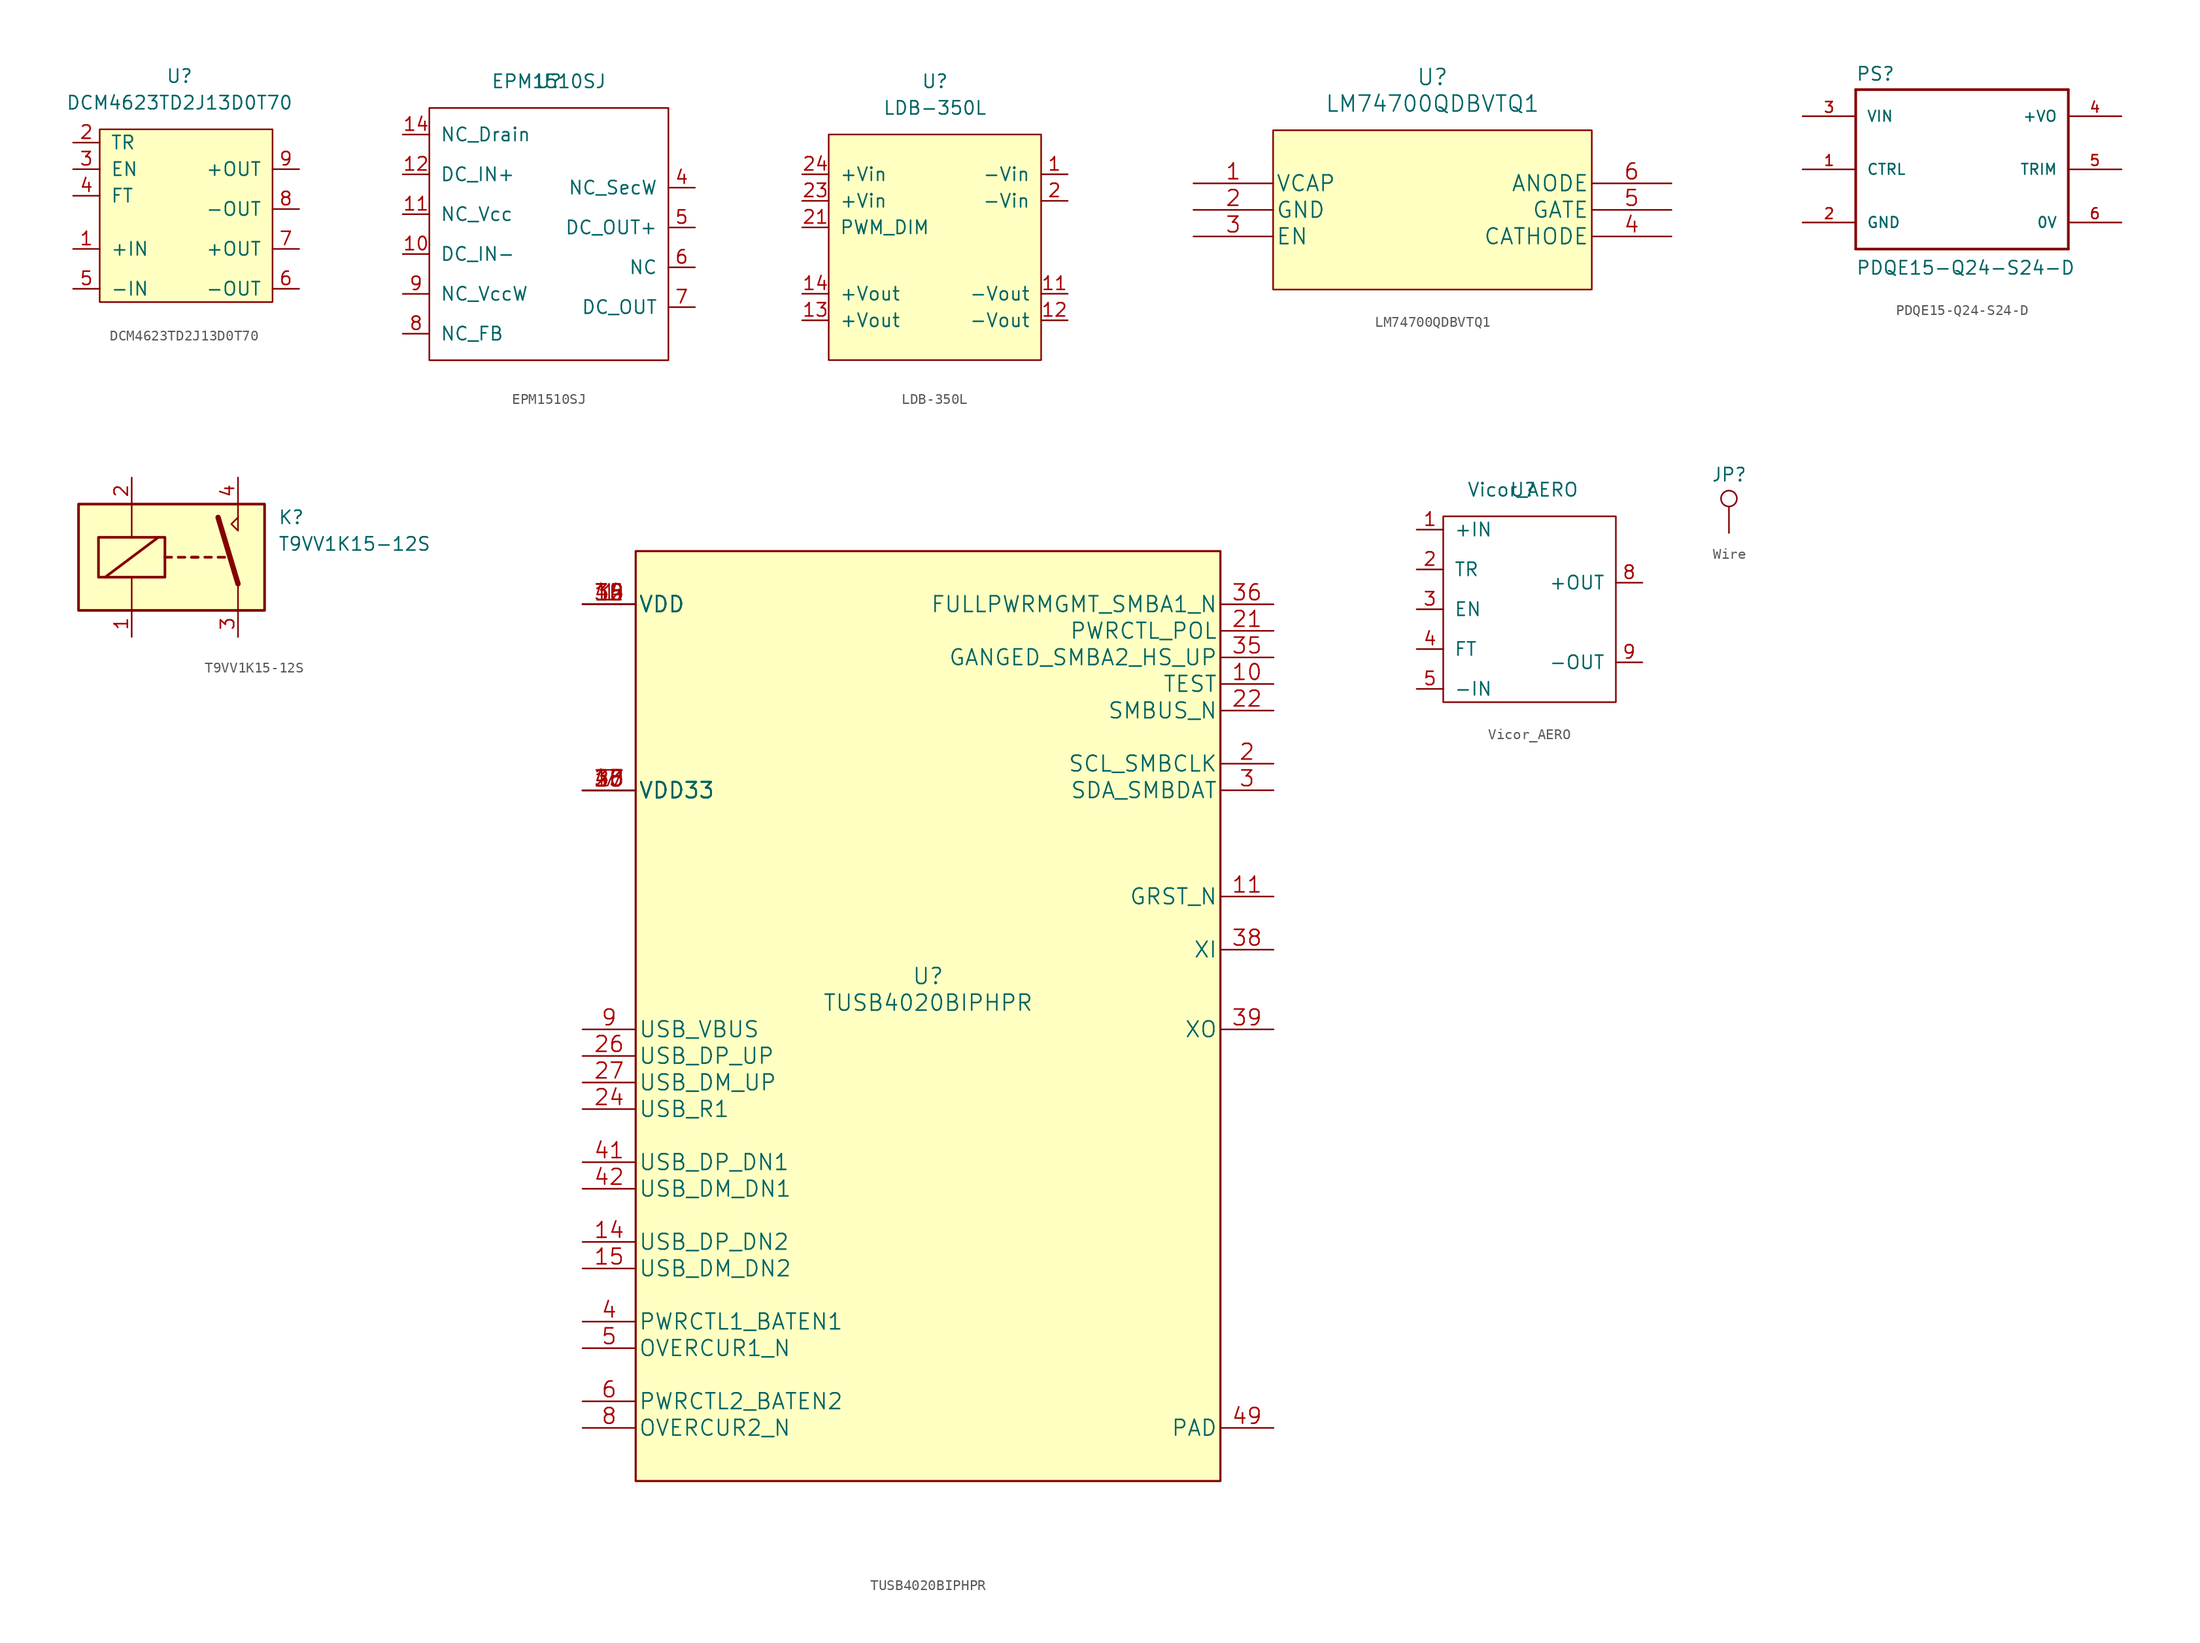
<source format=kicad_sym>
(kicad_symbol_lib
  (version 20211014)
  (generator kicad_symbol_editor)
  (symbol "DCM4623TD2J13D0T70"
    (pin_names
      (offset 1.016))
    (property "Reference" "U"
      (at 0 13.97 0)
      (effects (font (size 1.27 1.27))))
    (property "Value" "DCM4623TD2J13D0T70"
      (at 0 11.43 0)
      (effects (font (size 1.27 1.27))))
    (symbol "DCM4623TD2J13D0T70_0_1"
      (rectangle (start -7.62 8.89) (end 8.89 -7.62) (stroke (width 0) (type default) (color 0 0 0 0)) (fill (type background))))
    (symbol "DCM4623TD2J13D0T70_1_1"
      (pin power_in line (at -10.16 -2.54 0) (length 2.54) (name "+IN" (effects (font (size 1.27 1.27)))) (number "1" (effects (font (size 1.27 1.27)))))
      (pin input line (at -10.16 7.62 0) (length 2.54) (name "TR" (effects (font (size 1.27 1.27)))) (number "2" (effects (font (size 1.27 1.27)))))
      (pin input line (at -10.16 5.08 0) (length 2.54) (name "EN" (effects (font (size 1.27 1.27)))) (number "3" (effects (font (size 1.27 1.27)))))
      (pin input line (at -10.16 2.54 0) (length 2.54) (name "FT" (effects (font (size 1.27 1.27)))) (number "4" (effects (font (size 1.27 1.27)))))
      (pin power_in line (at -10.16 -6.35 0) (length 2.54) (name "-IN" (effects (font (size 1.27 1.27)))) (number "5" (effects (font (size 1.27 1.27)))))
      (pin power_out line (at 11.43 -6.35 180) (length 2.54) (name "-OUT" (effects (font (size 1.27 1.27)))) (number "6" (effects (font (size 1.27 1.27)))))
      (pin power_out line (at 11.43 -2.54 180) (length 2.54) (name "+OUT" (effects (font (size 1.27 1.27)))) (number "7" (effects (font (size 1.27 1.27)))))
      (pin power_out line (at 11.43 1.27 180) (length 2.54) (name "-OUT" (effects (font (size 1.27 1.27)))) (number "8" (effects (font (size 1.27 1.27)))))
      (pin power_out line (at 11.43 5.08 180) (length 2.54) (name "+OUT" (effects (font (size 1.27 1.27)))) (number "9" (effects (font (size 1.27 1.27)))))))
  (symbol "EPM1510SJ"
    (pin_names
      (offset 1.016))
    (property "Reference" "U"
      (at 0 0 0)
      (effects (font (size 1.27 1.27))))
    (property "Value" "EPM1510SJ"
      (at 0 0 0)
      (effects (font (size 1.27 1.27))))
    (symbol "EPM1510SJ_0_1"
      (rectangle (start -11.43 -2.54) (end 11.43 -26.67) (stroke (width 0) (type default) (color 0 0 0 0)) (fill (type none))))
    (symbol "EPM1510SJ_1_1"
      (pin input line (at -13.97 -16.51 0) (length 2.54) (name "DC_IN-" (effects (font (size 1.27 1.27)))) (number "10" (effects (font (size 1.27 1.27)))))
      (pin input line (at -13.97 -12.7 0) (length 2.54) (name "NC_Vcc" (effects (font (size 1.27 1.27)))) (number "11" (effects (font (size 1.27 1.27)))))
      (pin input line (at -13.97 -8.89 0) (length 2.54) (name "DC_IN+" (effects (font (size 1.27 1.27)))) (number "12" (effects (font (size 1.27 1.27)))))
      (pin input line (at -13.97 -5.08 0) (length 2.54) (name "NC_Drain" (effects (font (size 1.27 1.27)))) (number "14" (effects (font (size 1.27 1.27)))))
      (pin output line (at 13.97 -10.16 180) (length 2.54) (name "NC_SecW" (effects (font (size 1.27 1.27)))) (number "4" (effects (font (size 1.27 1.27)))))
      (pin output line (at 13.97 -13.97 180) (length 2.54) (name "DC_OUT+" (effects (font (size 1.27 1.27)))) (number "5" (effects (font (size 1.27 1.27)))))
      (pin output line (at 13.97 -17.78 180) (length 2.54) (name "NC" (effects (font (size 1.27 1.27)))) (number "6" (effects (font (size 1.27 1.27)))))
      (pin output line (at 13.97 -21.59 180) (length 2.54) (name "DC_OUT" (effects (font (size 1.27 1.27)))) (number "7" (effects (font (size 1.27 1.27)))))
      (pin input line (at -13.97 -24.13 0) (length 2.54) (name "NC_FB" (effects (font (size 1.27 1.27)))) (number "8" (effects (font (size 1.27 1.27)))))
      (pin input line (at -13.97 -20.32 0) (length 2.54) (name "NC_VccW" (effects (font (size 1.27 1.27)))) (number "9" (effects (font (size 1.27 1.27)))))))
  (symbol "LDB-350L"
    (pin_names
      (offset 1.016))
    (property "Reference" "U"
      (at 0 16.51 0)
      (effects (font (size 1.27 1.27))))
    (property "Value" "LDB-350L"
      (at 0 13.97 0)
      (effects (font (size 1.27 1.27))))
    (symbol "LDB-350L_0_1"
      (rectangle (start -10.16 11.43) (end 10.16 -10.16) (stroke (width 0) (type default) (color 0 0 0 0)) (fill (type background))))
    (symbol "LDB-350L_1_1"
      (pin power_in line (at 12.7 7.62 180) (length 2.54) (name "-Vin" (effects (font (size 1.27 1.27)))) (number "1" (effects (font (size 1.27 1.27)))))
      (pin power_out line (at 12.7 -3.81 180) (length 2.54) (name "-Vout" (effects (font (size 1.27 1.27)))) (number "11" (effects (font (size 1.27 1.27)))))
      (pin power_out line (at 12.7 -6.35 180) (length 2.54) (name "-Vout" (effects (font (size 1.27 1.27)))) (number "12" (effects (font (size 1.27 1.27)))))
      (pin power_out line (at -12.7 -6.35 0) (length 2.54) (name "+Vout" (effects (font (size 1.27 1.27)))) (number "13" (effects (font (size 1.27 1.27)))))
      (pin power_out line (at -12.7 -3.81 0) (length 2.54) (name "+Vout" (effects (font (size 1.27 1.27)))) (number "14" (effects (font (size 1.27 1.27)))))
      (pin power_in line (at 12.7 5.08 180) (length 2.54) (name "-Vin" (effects (font (size 1.27 1.27)))) (number "2" (effects (font (size 1.27 1.27)))))
      (pin input line (at -12.7 2.54 0) (length 2.54) (name "PWM_DIM" (effects (font (size 1.27 1.27)))) (number "21" (effects (font (size 1.27 1.27)))))
      (pin power_in line (at -12.7 5.08 0) (length 2.54) (name "+Vin" (effects (font (size 1.27 1.27)))) (number "23" (effects (font (size 1.27 1.27)))))
      (pin power_in line (at -12.7 7.62 0) (length 2.54) (name "+Vin" (effects (font (size 1.27 1.27)))) (number "24" (effects (font (size 1.27 1.27)))))))
  (symbol "LM74700QDBVTQ1"
    (pin_names
      (offset 0.254))
    (property "Reference" "U"
      (at 22.86 10.16 0)
      (effects (font (size 1.524 1.524))))
    (property "Value" "LM74700QDBVTQ1"
      (at 22.86 7.62 0)
      (effects (font (size 1.524 1.524))))
    (property "Datasheet" ""
      (at 0 0 0)
      (effects (font (size 1.524 1.524))))
    (property "ki_locked" ""
      (at 0 0 0)
      (effects (font (size 1.27 1.27))))
    (symbol "LM74700QDBVTQ1_1_1"
      (rectangle (start 7.62 5.08) (end 38.1 -10.16) (stroke (width 0) (type default) (color 0 0 0 0)) (fill (type background)))
      (pin output line (at 0 0 0) (length 7.62) (name "VCAP" (effects (font (size 1.499 1.499)))) (number "1" (effects (font (size 1.499 1.499)))))
      (pin power_in line (at 0 -2.54 0) (length 7.62) (name "GND" (effects (font (size 1.499 1.499)))) (number "2" (effects (font (size 1.499 1.499)))))
      (pin input line (at 0 -5.08 0) (length 7.62) (name "EN" (effects (font (size 1.499 1.499)))) (number "3" (effects (font (size 1.499 1.499)))))
      (pin passive line (at 45.72 -5.08 180) (length 7.62) (name "CATHODE" (effects (font (size 1.499 1.499)))) (number "4" (effects (font (size 1.499 1.499)))))
      (pin output line (at 45.72 -2.54 180) (length 7.62) (name "GATE" (effects (font (size 1.499 1.499)))) (number "5" (effects (font (size 1.499 1.499)))))
      (pin passive line (at 45.72 0 180) (length 7.62) (name "ANODE" (effects (font (size 1.499 1.499)))) (number "6" (effects (font (size 1.499 1.499)))))))
  (symbol "PDQE15-Q24-S24-D"
    (pin_names
      (offset 1.016))
    (property "Reference" "PS"
      (at -10.16 8.382 0)
      (effects (font (size 1.27 1.27)) (justify left bottom)))
    (property "Value" "PDQE15-Q24-S24-D"
      (at -10.16 -10.16 0)
      (effects (font (size 1.27 1.27)) (justify left bottom)))
    (property "ki_locked" ""
      (at 0 0 0)
      (effects (font (size 1.27 1.27))))
    (symbol "PDQE15-Q24-S24-D_0_0"
      (polyline (pts (xy -10.16 -7.62) (xy -10.16 7.62)) (stroke (width 0.254) (type default) (color 0 0 0 0)) (fill (type none)))
      (polyline (pts (xy -10.16 7.62) (xy 10.16 7.62)) (stroke (width 0.254) (type default) (color 0 0 0 0)) (fill (type none)))
      (polyline (pts (xy 10.16 -7.62) (xy -10.16 -7.62)) (stroke (width 0.254) (type default) (color 0 0 0 0)) (fill (type none)))
      (polyline (pts (xy 10.16 7.62) (xy 10.16 -7.62)) (stroke (width 0.254) (type default) (color 0 0 0 0)) (fill (type none)))
      (pin input line (at -15.24 0 0) (length 5.08) (name "CTRL" (effects (font (size 1.016 1.016)))) (number "1" (effects (font (size 1.016 1.016)))))
      (pin power_in line (at -15.24 -5.08 0) (length 5.08) (name "GND" (effects (font (size 1.016 1.016)))) (number "2" (effects (font (size 1.016 1.016)))))
      (pin input line (at -15.24 5.08 0) (length 5.08) (name "VIN" (effects (font (size 1.016 1.016)))) (number "3" (effects (font (size 1.016 1.016)))))
      (pin output line (at 15.24 5.08 180) (length 5.08) (name "+VO" (effects (font (size 1.016 1.016)))) (number "4" (effects (font (size 1.016 1.016)))))
      (pin passive line (at 15.24 0 180) (length 5.08) (name "TRIM" (effects (font (size 1.016 1.016)))) (number "5" (effects (font (size 1.016 1.016)))))
      (pin output line (at 15.24 -5.08 180) (length 5.08) (name "0V" (effects (font (size 1.016 1.016)))) (number "6" (effects (font (size 1.016 1.016)))))))
  (symbol "T9VV1K15-12S"
    (pin_names
      (offset 1.016))
    (property "Reference" "K"
      (at 8.89 3.81 0)
      (effects (font (size 1.27 1.27)) (justify left)))
    (property "Value" "T9VV1K15-12S"
      (at 8.89 1.27 0)
      (effects (font (size 1.27 1.27)) (justify left)))
    (symbol "T9VV1K15-12S_0_0"
      (polyline (pts (xy 5.08 3.81) (xy 5.08 5.08)) (stroke (width 0) (type default) (color 0 0 0 0)) (fill (type none)))
      (polyline (pts (xy 5.08 3.81) (xy 5.08 2.54) (xy 4.445 3.175) (xy 5.08 3.81)) (stroke (width 0) (type default) (color 0 0 0 0)) (fill (type none))))
    (symbol "T9VV1K15-12S_0_1"
      (rectangle (start -10.16 5.08) (end 7.62 -5.08) (stroke (width 0.254) (type default) (color 0 0 0 0)) (fill (type background)))
      (rectangle (start -8.255 1.905) (end -1.905 -1.905) (stroke (width 0.254) (type default) (color 0 0 0 0)) (fill (type none)))
      (polyline (pts (xy -7.62 -1.905) (xy -2.54 1.905)) (stroke (width 0.254) (type default) (color 0 0 0 0)) (fill (type none)))
      (polyline (pts (xy -5.08 -5.08) (xy -5.08 -1.905)) (stroke (width 0) (type default) (color 0 0 0 0)) (fill (type none)))
      (polyline (pts (xy -5.08 5.08) (xy -5.08 1.905)) (stroke (width 0) (type default) (color 0 0 0 0)) (fill (type none)))
      (polyline (pts (xy -1.905 0) (xy -1.27 0)) (stroke (width 0.254) (type default) (color 0 0 0 0)) (fill (type none)))
      (polyline (pts (xy -0.635 0) (xy 0 0)) (stroke (width 0.254) (type default) (color 0 0 0 0)) (fill (type none)))
      (polyline (pts (xy 0.635 0) (xy 1.27 0)) (stroke (width 0.254) (type default) (color 0 0 0 0)) (fill (type none)))
      (polyline (pts (xy 0.635 0) (xy 1.27 0)) (stroke (width 0.254) (type default) (color 0 0 0 0)) (fill (type none)))
      (polyline (pts (xy 1.905 0) (xy 2.54 0)) (stroke (width 0.254) (type default) (color 0 0 0 0)) (fill (type none)))
      (polyline (pts (xy 3.175 0) (xy 3.81 0)) (stroke (width 0.254) (type default) (color 0 0 0 0)) (fill (type none)))
      (polyline (pts (xy 5.08 -2.54) (xy 3.175 3.81)) (stroke (width 0.508) (type default) (color 0 0 0 0)) (fill (type none)))
      (polyline (pts (xy 5.08 -2.54) (xy 5.08 -5.08)) (stroke (width 0) (type default) (color 0 0 0 0)) (fill (type none))))
    (symbol "T9VV1K15-12S_1_1"
      (pin passive line (at -5.08 -7.62 90) (length 2.54) (name "~" (effects (font (size 1.27 1.27)))) (number "1" (effects (font (size 1.27 1.27)))))
      (pin passive line (at -5.08 7.62 270) (length 2.54) (name "~" (effects (font (size 1.27 1.27)))) (number "2" (effects (font (size 1.27 1.27)))))
      (pin passive line (at 5.08 -7.62 90) (length 2.54) (name "~" (effects (font (size 1.27 1.27)))) (number "3" (effects (font (size 1.27 1.27)))))
      (pin passive line (at 5.08 7.62 270) (length 2.54) (name "~" (effects (font (size 1.27 1.27)))) (number "4" (effects (font (size 1.27 1.27)))))))
  (symbol "TUSB4020BIPHPR"
    (pin_names
      (offset 0.254))
    (property "Reference" "U"
      (at 0 2.54 0)
      (effects (font (size 1.524 1.524))))
    (property "Value" "TUSB4020BIPHPR"
      (at 0 0 0)
      (effects (font (size 1.524 1.524))))
    (property "Datasheet" ""
      (at 0 0 0)
      (effects (font (size 1.524 1.524))))
    (symbol "TUSB4020BIPHPR_1_0"
      (rectangle (start -27.94 -45.72) (end 27.94 43.18) (stroke (width 0.203) (type default) (color 0 0 0 0)) (fill (type background)))
      (pin power_in line (at -33.02 38.1 0) (length 5.08) (name "VDD" (effects (font (size 1.499 1.499)))) (number "1" (effects (font (size 1.499 1.499)))))
      (pin input line (at 33.02 30.48 180) (length 5.08) (name "TEST" (effects (font (size 1.499 1.499)))) (number "10" (effects (font (size 1.499 1.499)))))
      (pin input line (at 33.02 10.16 180) (length 5.08) (name "GRST_N" (effects (font (size 1.499 1.499)))) (number "11" (effects (font (size 1.499 1.499)))))
      (pin power_in line (at -33.02 38.1 0) (length 5.08) (name "VDD" (effects (font (size 1.499 1.499)))) (number "12" (effects (font (size 1.499 1.499)))))
      (pin power_in line (at -33.02 20.32 0) (length 5.08) (name "VDD33" (effects (font (size 1.499 1.499)))) (number "13" (effects (font (size 1.499 1.499)))))
      (pin bidirectional line (at -33.02 -22.86 0) (length 5.08) (name "USB_DP_DN2" (effects (font (size 1.499 1.499)))) (number "14" (effects (font (size 1.499 1.499)))))
      (pin bidirectional line (at -33.02 -25.4 0) (length 5.08) (name "USB_DM_DN2" (effects (font (size 1.499 1.499)))) (number "15" (effects (font (size 1.499 1.499)))))
      (pin power_in line (at -33.02 38.1 0) (length 5.08) (name "VDD" (effects (font (size 1.499 1.499)))) (number "18" (effects (font (size 1.499 1.499)))))
      (pin bidirectional line (at 33.02 22.86 180) (length 5.08) (name "SCL_SMBCLK" (effects (font (size 1.499 1.499)))) (number "2" (effects (font (size 1.499 1.499)))))
      (pin bidirectional line (at 33.02 35.56 180) (length 5.08) (name "PWRCTL_POL" (effects (font (size 1.499 1.499)))) (number "21" (effects (font (size 1.499 1.499)))))
      (pin input line (at 33.02 27.94 180) (length 5.08) (name "SMBUS_N" (effects (font (size 1.499 1.499)))) (number "22" (effects (font (size 1.499 1.499)))))
      (pin power_in line (at -33.02 20.32 0) (length 5.08) (name "VDD33" (effects (font (size 1.499 1.499)))) (number "23" (effects (font (size 1.499 1.499)))))
      (pin unspecified line (at -33.02 -10.16 0) (length 5.08) (name "USB_R1" (effects (font (size 1.499 1.499)))) (number "24" (effects (font (size 1.499 1.499)))))
      (pin power_in line (at -33.02 20.32 0) (length 5.08) (name "VDD33" (effects (font (size 1.499 1.499)))) (number "25" (effects (font (size 1.499 1.499)))))
      (pin bidirectional line (at -33.02 -5.08 0) (length 5.08) (name "USB_DP_UP" (effects (font (size 1.499 1.499)))) (number "26" (effects (font (size 1.499 1.499)))))
      (pin bidirectional line (at -33.02 -7.62 0) (length 5.08) (name "USB_DM_UP" (effects (font (size 1.499 1.499)))) (number "27" (effects (font (size 1.499 1.499)))))
      (pin bidirectional line (at 33.02 20.32 180) (length 5.08) (name "SDA_SMBDAT" (effects (font (size 1.499 1.499)))) (number "3" (effects (font (size 1.499 1.499)))))
      (pin power_in line (at -33.02 38.1 0) (length 5.08) (name "VDD" (effects (font (size 1.499 1.499)))) (number "30" (effects (font (size 1.499 1.499)))))
      (pin power_in line (at -33.02 20.32 0) (length 5.08) (name "VDD33" (effects (font (size 1.499 1.499)))) (number "33" (effects (font (size 1.499 1.499)))))
      (pin power_in line (at -33.02 38.1 0) (length 5.08) (name "VDD" (effects (font (size 1.499 1.499)))) (number "34" (effects (font (size 1.499 1.499)))))
      (pin input line (at 33.02 33.02 180) (length 5.08) (name "GANGED_SMBA2_HS_UP" (effects (font (size 1.499 1.499)))) (number "35" (effects (font (size 1.499 1.499)))))
      (pin input line (at 33.02 38.1 180) (length 5.08) (name "FULLPWRMGMT_SMBA1_N" (effects (font (size 1.499 1.499)))) (number "36" (effects (font (size 1.499 1.499)))))
      (pin power_in line (at -33.02 20.32 0) (length 5.08) (name "VDD33" (effects (font (size 1.499 1.499)))) (number "37" (effects (font (size 1.499 1.499)))))
      (pin unspecified line (at 33.02 5.08 180) (length 5.08) (name "XI" (effects (font (size 1.499 1.499)))) (number "38" (effects (font (size 1.499 1.499)))))
      (pin unspecified line (at 33.02 -2.54 180) (length 5.08) (name "XO" (effects (font (size 1.499 1.499)))) (number "39" (effects (font (size 1.499 1.499)))))
      (pin bidirectional line (at -33.02 -30.48 0) (length 5.08) (name "PWRCTL1_BATEN1" (effects (font (size 1.499 1.499)))) (number "4" (effects (font (size 1.499 1.499)))))
      (pin power_in line (at -33.02 20.32 0) (length 5.08) (name "VDD33" (effects (font (size 1.499 1.499)))) (number "40" (effects (font (size 1.499 1.499)))))
      (pin bidirectional line (at -33.02 -15.24 0) (length 5.08) (name "USB_DP_DN1" (effects (font (size 1.499 1.499)))) (number "41" (effects (font (size 1.499 1.499)))))
      (pin bidirectional line (at -33.02 -17.78 0) (length 5.08) (name "USB_DM_DN1" (effects (font (size 1.499 1.499)))) (number "42" (effects (font (size 1.499 1.499)))))
      (pin power_in line (at -33.02 38.1 0) (length 5.08) (name "VDD" (effects (font (size 1.499 1.499)))) (number "45" (effects (font (size 1.499 1.499)))))
      (pin power_in line (at -33.02 20.32 0) (length 5.08) (name "VDD33" (effects (font (size 1.499 1.499)))) (number "48" (effects (font (size 1.499 1.499)))))
      (pin power_in line (at 33.02 -40.64 180) (length 5.08) (name "PAD" (effects (font (size 1.499 1.499)))) (number "49" (effects (font (size 1.499 1.499)))))
      (pin input line (at -33.02 -33.02 0) (length 5.08) (name "OVERCUR1_N" (effects (font (size 1.499 1.499)))) (number "5" (effects (font (size 1.499 1.499)))))
      (pin bidirectional line (at -33.02 -38.1 0) (length 5.08) (name "PWRCTL2_BATEN2" (effects (font (size 1.499 1.499)))) (number "6" (effects (font (size 1.499 1.499)))))
      (pin power_in line (at -33.02 20.32 0) (length 5.08) (name "VDD33" (effects (font (size 1.499 1.499)))) (number "7" (effects (font (size 1.499 1.499)))))
      (pin input line (at -33.02 -40.64 0) (length 5.08) (name "OVERCUR2_N" (effects (font (size 1.499 1.499)))) (number "8" (effects (font (size 1.499 1.499)))))
      (pin input line (at -33.02 -2.54 0) (length 5.08) (name "USB_VBUS" (effects (font (size 1.499 1.499)))) (number "9" (effects (font (size 1.499 1.499)))))))
  (symbol "Vicor_AERO"
    (pin_names
      (offset 1.016))
    (property "Reference" "U"
      (at 0 0 0)
      (effects (font (size 1.27 1.27))))
    (property "Value" "Vicor_AERO"
      (at 0 0 0)
      (effects (font (size 1.27 1.27))))
    (symbol "Vicor_AERO_0_1"
      (rectangle (start -7.62 -2.54) (end 8.89 -20.32) (stroke (width 0) (type default) (color 0 0 0 0)) (fill (type none))))
    (symbol "Vicor_AERO_1_1"
      (pin input line (at -10.16 -3.81 0) (length 2.54) (name "+IN" (effects (font (size 1.27 1.27)))) (number "1" (effects (font (size 1.27 1.27)))))
      (pin input line (at -10.16 -7.62 0) (length 2.54) (name "TR" (effects (font (size 1.27 1.27)))) (number "2" (effects (font (size 1.27 1.27)))))
      (pin input line (at -10.16 -11.43 0) (length 2.54) (name "EN" (effects (font (size 1.27 1.27)))) (number "3" (effects (font (size 1.27 1.27)))))
      (pin input line (at -10.16 -15.24 0) (length 2.54) (name "FT" (effects (font (size 1.27 1.27)))) (number "4" (effects (font (size 1.27 1.27)))))
      (pin input line (at -10.16 -19.05 0) (length 2.54) (name "-IN" (effects (font (size 1.27 1.27)))) (number "5" (effects (font (size 1.27 1.27)))))
      (pin output line (at 11.43 -8.89 180) (length 2.54) (name "+OUT" (effects (font (size 1.27 1.27)))) (number "8" (effects (font (size 1.27 1.27)))))
      (pin output line (at 11.43 -16.51 180) (length 2.54) (name "-OUT" (effects (font (size 1.27 1.27)))) (number "9" (effects (font (size 1.27 1.27)))))))
  (symbol "Wire"
    (pin_numbers hide)
    (pin_names
      (offset 0.762) hide)
    (property "Reference" "JP"
      (at 0 5.588 0)
      (effects (font (size 1.27 1.27))))
    (symbol "Wire_0_1"
      (circle (center 0 3.302) (radius 0.762) (stroke (width 0) (type default) (color 0 0 0 0)) (fill (type none))))
    (symbol "Wire_1_1"
      (pin passive line (at 0 0 90) (length 2.54) (name "1" (effects (font (size 1.27 1.27)))) (number "1" (effects (font (size 1.27 1.27))))))))
</source>
